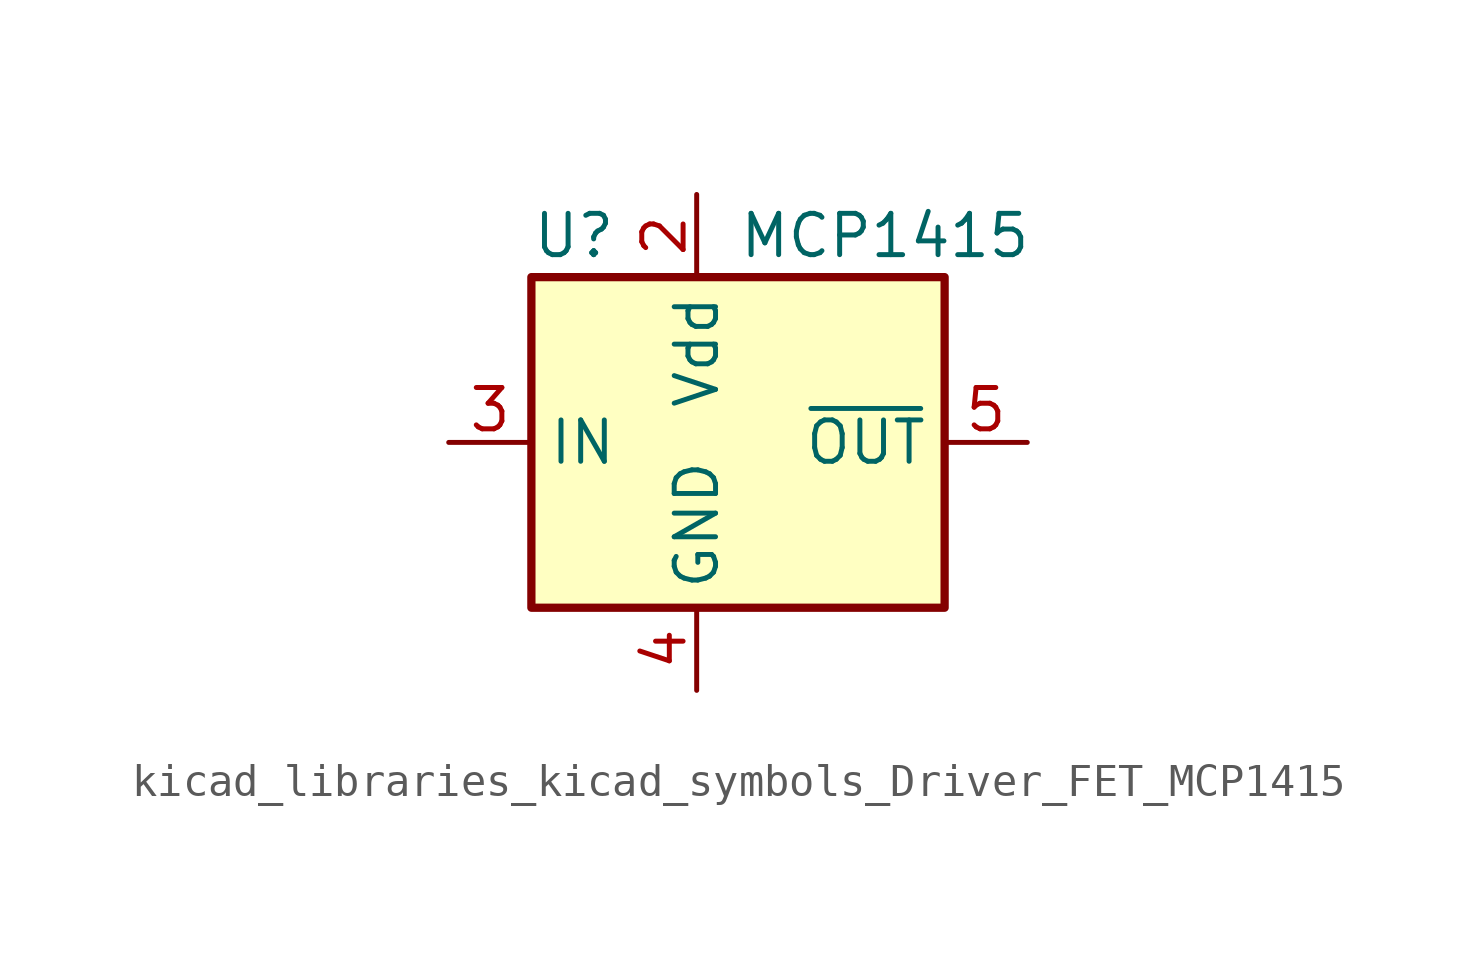
<source format=kicad_sym>
(kicad_symbol_lib
  (version 20220914)
  (generator kicad_symbol_editor)
  (symbol "kicad_libraries_kicad_symbols_Driver_FET_MCP1415"
    (property "Reference" "U"
      (at -5.08 6.35 0)
      (effects (font (size 1.27 1.27)) (justify left)))
    (property "Value" "MCP1415"
      (at 1.27 6.35 0)
      (effects (font (size 1.27 1.27)) (justify left)))
    (symbol "kicad_libraries_kicad_symbols_Driver_FET_MCP1415_0_1"
      (rectangle (start -5.08 5.08) (end 7.62 -5.08) (stroke (width 0.254) (type default)) (fill (type background))))
    (symbol "kicad_libraries_kicad_symbols_Driver_FET_MCP1415_1_1"
      (pin no_connect line (at 7.62 -2.54 180) (length 2.54) hide (name "NC" (effects (font (size 1.27 1.27)))) (number "1" (effects (font (size 1.27 1.27)))))
      (pin power_in line (at 0 7.62 270) (length 2.54) (name "Vdd" (effects (font (size 1.27 1.27)))) (number "2" (effects (font (size 1.27 1.27)))))
      (pin input line (at -7.62 0 0) (length 2.54) (name "IN" (effects (font (size 1.27 1.27)))) (number "3" (effects (font (size 1.27 1.27)))))
      (pin power_in line (at 0 -7.62 90) (length 2.54) (name "GND" (effects (font (size 1.27 1.27)))) (number "4" (effects (font (size 1.27 1.27)))))
      (pin output line (at 10.16 0 180) (length 2.54) (name "~{OUT}" (effects (font (size 1.27 1.27)))) (number "5" (effects (font (size 1.27 1.27))))))))
</source>
